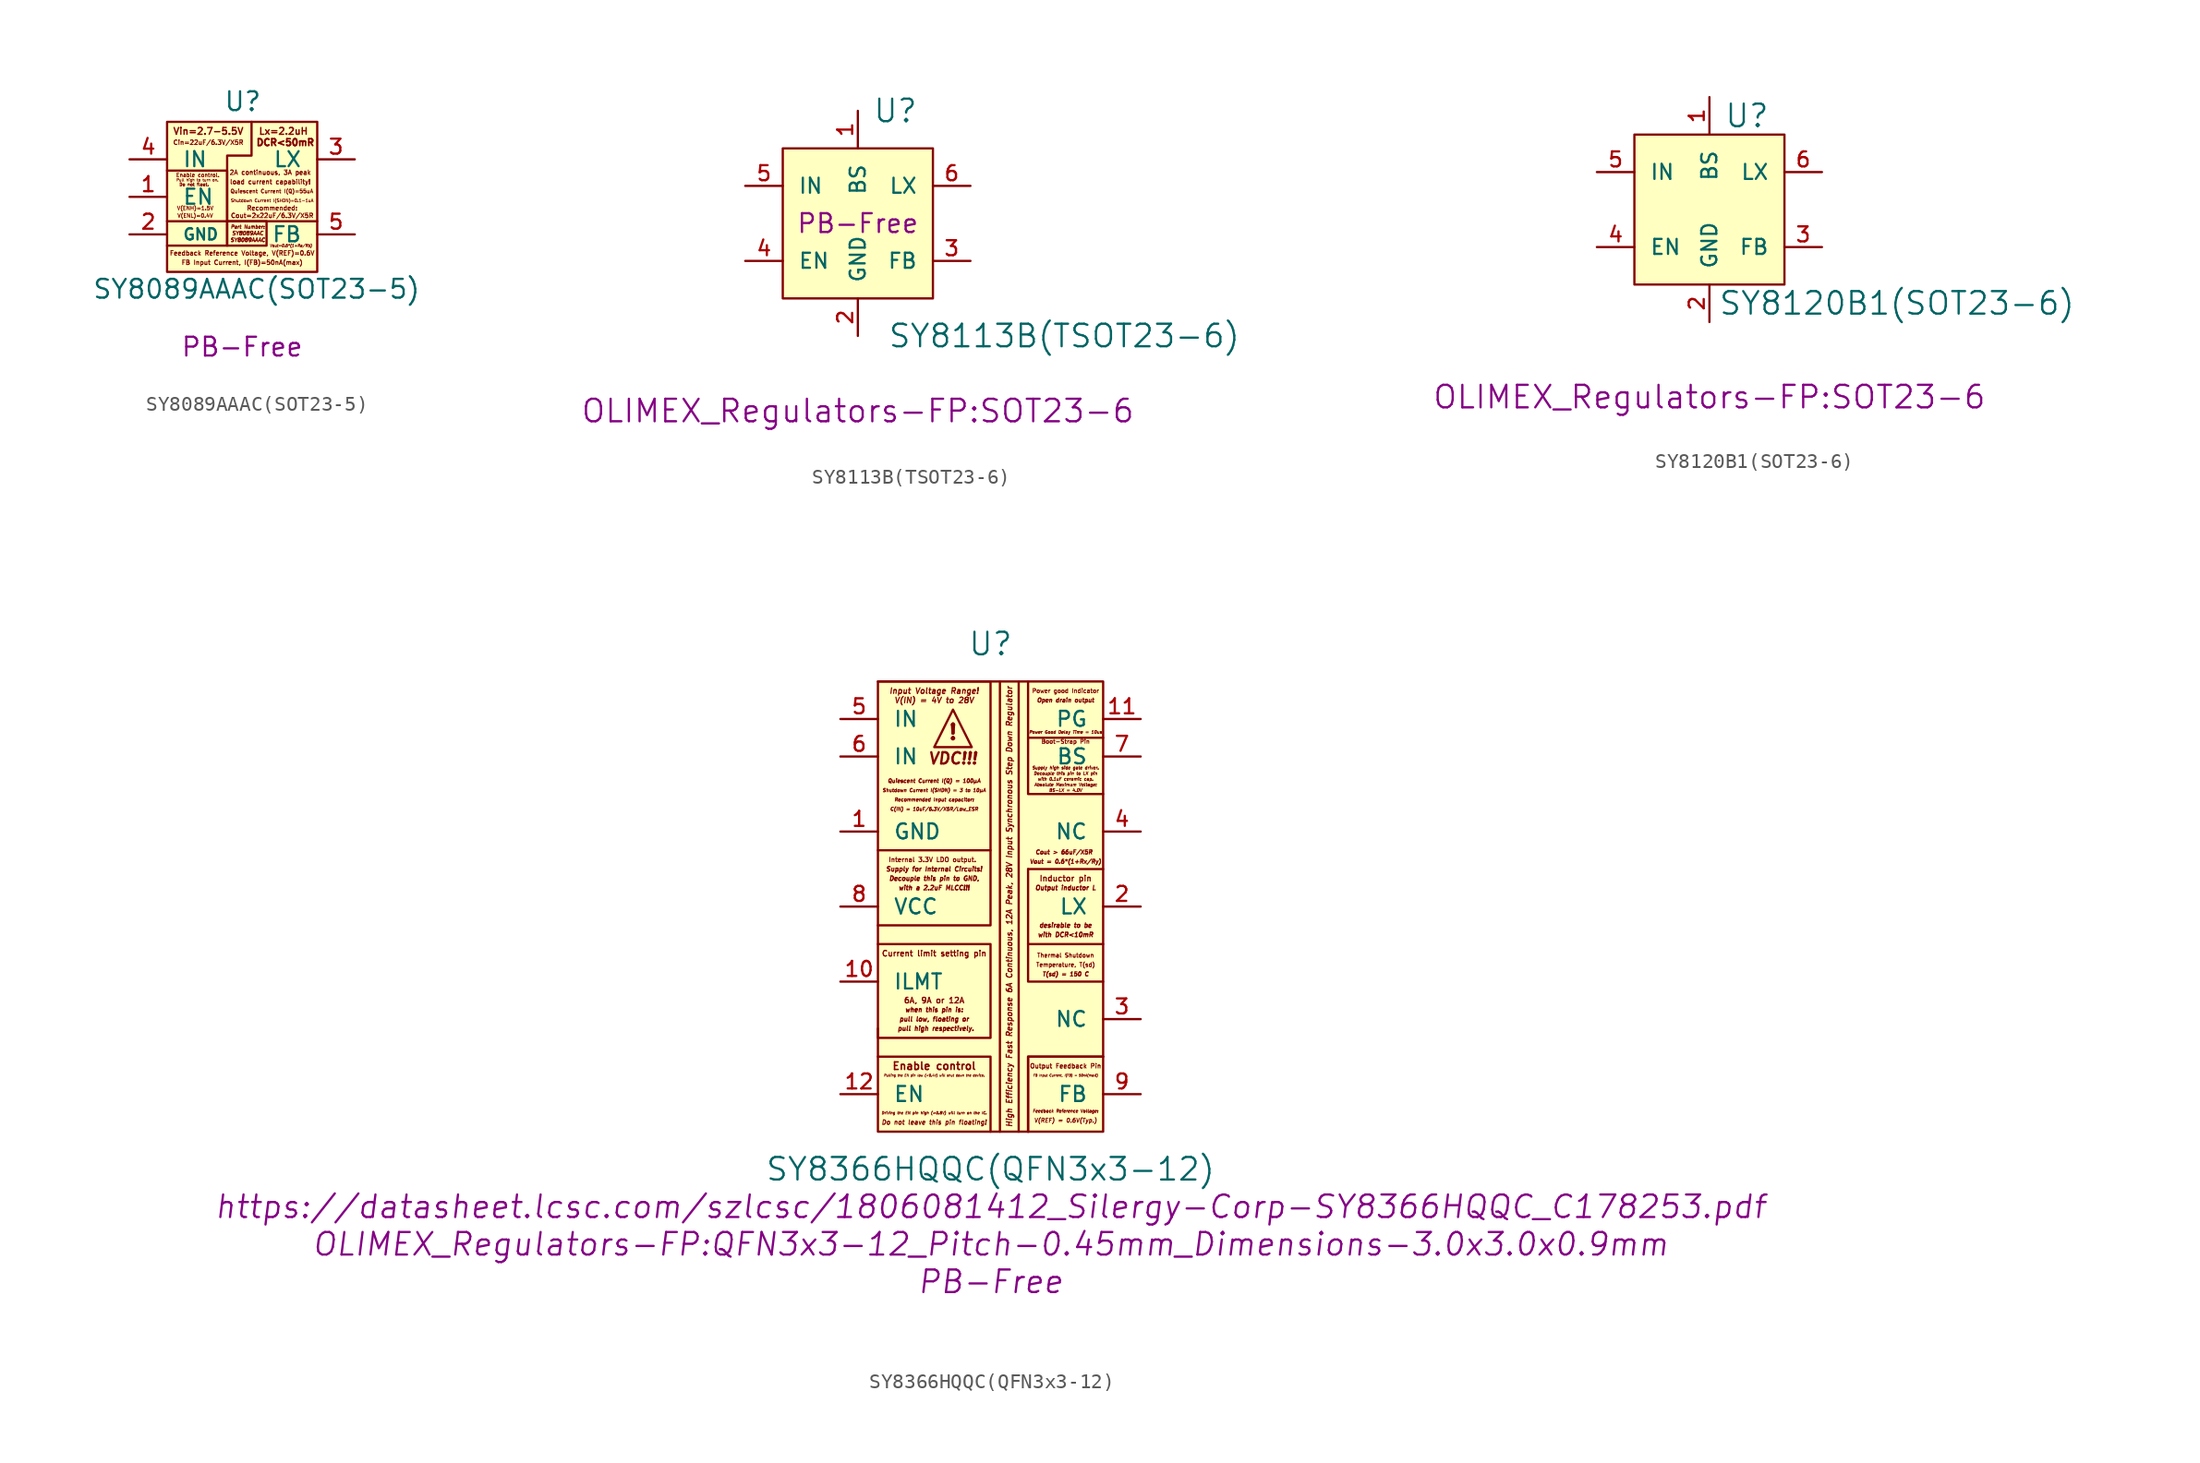
<source format=kicad_sym>
(kicad_symbol_lib
  (version 20211014)
  (generator kicad_symbol_editor)
  (symbol "SY8089AAAC(SOT23-5)"
    (pin_names
      (offset 1.016))
    (property "Reference" "U"
      (at -1.27 5.715 0)
      (effects (font (size 1.27 1.27)) (justify left bottom)))
    (property "Value" "SY8089AAAC(SOT23-5)"
      (at -10.16 -6.985 0)
      (effects (font (size 1.27 1.27)) (justify left bottom)))
    (property "Datasheet" ""
      (at 0.762 1.016 0)
      (effects (font (size 1.524 1.524))))
    (property "Note" "PB-Free"
      (at 0 -10.16 0)
      (effects (font (size 1.27 1.27))))
    (symbol "SY8089AAAC(SOT23-5)_0_0"
      (rectangle (start -1.016 -1.651) (end 1.651 -3.302) (stroke (width 0) (type default) (color 0 0 0 0)) (fill (type none)))
      (polyline (pts (xy -1.016 -1.651) (xy -1.016 -3.302) (xy -5.08 -3.302)) (stroke (width 0) (type default) (color 0 0 0 0)) (fill (type none)))
      (polyline (pts (xy -5.08 1.778) (xy -1.016 1.778) (xy -1.016 0.254) (xy -1.016 -1.651) (xy -5.08 -1.651)) (stroke (width 0) (type default) (color 0 0 0 0)) (fill (type none)))
      (polyline (pts (xy 0.635 5.08) (xy 0.635 4.191) (xy 0.635 2.794) (xy -1.016 2.794) (xy -1.016 1.016) (xy -1.016 -1.651) (xy 5.08 -1.651)) (stroke (width 0) (type default) (color 0 0 0 0)) (fill (type none)))
      (text "2A continuous, 3A peak" (at 1.905 1.651 0) (effects (font (size 0.305 0.305) bold)))
      (text "Cin=22uF/6.3V/X5R" (at -2.286 3.683 0) (effects (font (size 0.305 0.305) bold)))
      (text "Cout=2x22uF/6.3V/X5R" (at 2.032 -1.27 0) (effects (font (size 0.305 0.305) bold)))
      (text "DCR<50mR" (at 2.921 3.683 0) (effects (font (size 0.457 0.457))))
      (text "Do not float." (at -3.251 0.838 0) (effects (font (size 0.203 0.203))))
      (text "Enable control." (at -2.997 1.473 0) (effects (font (size 0.254 0.254) bold)))
      (text "FB Input Current, I(FB)=50nA(max)" (at 0 -4.445 0) (effects (font (size 0.305 0.305) bold)))
      (text "Feedback Reference Voltage, V(REF)=0.6V" (at 0 -3.81 0) (effects (font (size 0.305 0.305) bold)))
      (text "load current capability!" (at 1.905 1.016 0) (effects (font (size 0.305 0.305) bold)))
      (text "Lx=2.2uH" (at 2.794 4.445 0) (effects (font (size 0.457 0.457) bold)))
      (text "Part Number:" (at 0.381 -2.032 0) (effects (font (size 0.229 0.229) italic)))
      (text "Pull high to turn on." (at -3.023 1.143 0) (effects (font (size 0.178 0.178) bold)))
      (text "Quiescent Current I(Q)=55uA" (at 2.007 0.381 0) (effects (font (size 0.254 0.254) bold)))
      (text "Recommended:" (at 2.032 -0.762 0) (effects (font (size 0.305 0.305) bold)))
      (text "Shutdown Current I(SHDN)=0.1-1uA" (at 2.032 -0.254 0) (effects (font (size 0.203 0.203) bold)))
      (text "SY8089AAAC" (at 0.381 -2.921 0) (effects (font (size 0.254 0.254) italic)))
      (text "SY8089AAC" (at 0.381 -2.464 0) (effects (font (size 0.254 0.254) italic)))
      (text "V(ENH)=1.5V" (at -3.175 -0.762 0) (effects (font (size 0.254 0.254) bold)))
      (text "V(ENL)=0.4V" (at -3.175 -1.27 0) (effects (font (size 0.254 0.254) bold)))
      (text "Vin=2.7-5.5V" (at -2.286 4.445 0) (effects (font (size 0.457 0.457) bold)))
      (text "Vout=0.6*(1+Ra/Rb)" (at 3.302 -3.302 0) (effects (font (size 0.178 0.178) italic))))
    (symbol "SY8089AAAC(SOT23-5)_0_1"
      (rectangle (start -5.08 5.08) (end 5.08 -5.08) (stroke (width 0) (type default) (color 0 0 0 0)) (fill (type background))))
    (symbol "SY8089AAAC(SOT23-5)_1_1"
      (pin input line (at -7.62 0 0) (length 2.54) (name "EN" (effects (font (size 1.016 1.016)))) (number "1" (effects (font (size 1.016 1.016)))))
      (pin power_in line (at -7.62 -2.54 0) (length 2.54) (name "GND" (effects (font (size 0.762 0.762)))) (number "2" (effects (font (size 1.016 1.016)))))
      (pin output line (at 7.62 2.54 180) (length 2.54) (name "LX" (effects (font (size 1.016 1.016)))) (number "3" (effects (font (size 1.016 1.016)))))
      (pin input line (at -7.62 2.54 0) (length 2.54) (name "IN" (effects (font (size 1.016 1.016)))) (number "4" (effects (font (size 1.016 1.016)))))
      (pin input line (at 7.62 -2.54 180) (length 2.54) (name "FB" (effects (font (size 1.016 1.016)))) (number "5" (effects (font (size 1.016 1.016)))))))
  (symbol "SY8113B(TSOT23-6)"
    (pin_names
      (offset 1.016))
    (property "Reference" "U"
      (at 2.54 7.62 0)
      (effects (font (size 1.524 1.524))))
    (property "Value" "SY8113B(TSOT23-6)"
      (at 13.97 -7.62 0)
      (effects (font (size 1.524 1.524))))
    (property "Footprint" "OLIMEX_Regulators-FP:SOT23-6"
      (at 0 -12.7 0)
      (effects (font (size 1.524 1.524))))
    (property "Datasheet" ""
      (at 0 0 0)
      (effects (font (size 1.524 1.524))))
    (property "Note" "PB-Free"
      (at 0 0 0)
      (effects (font (size 1.27 1.27))))
    (symbol "SY8113B(TSOT23-6)_0_1"
      (rectangle (start -5.08 5.08) (end 5.08 -5.08) (stroke (width 0) (type default) (color 0 0 0 0)) (fill (type background))))
    (symbol "SY8113B(TSOT23-6)_1_1"
      (pin bidirectional line (at 0 7.62 270) (length 2.54) (name "BS" (effects (font (size 1.016 1.016)))) (number "1" (effects (font (size 1.016 1.016)))))
      (pin passive line (at 0 -7.62 90) (length 2.54) (name "GND" (effects (font (size 1.016 1.016)))) (number "2" (effects (font (size 1.016 1.016)))))
      (pin input line (at 7.62 -2.54 180) (length 2.54) (name "FB" (effects (font (size 1.016 1.016)))) (number "3" (effects (font (size 1.016 1.016)))))
      (pin input line (at -7.62 -2.54 0) (length 2.54) (name "EN" (effects (font (size 1.016 1.016)))) (number "4" (effects (font (size 1.016 1.016)))))
      (pin power_in line (at -7.62 2.54 0) (length 2.54) (name "IN" (effects (font (size 1.016 1.016)))) (number "5" (effects (font (size 1.016 1.016)))))
      (pin power_out line (at 7.62 2.54 180) (length 2.54) (name "LX" (effects (font (size 1.016 1.016)))) (number "6" (effects (font (size 1.016 1.016)))))))
  (symbol "SY8120B1(SOT23-6)"
    (pin_names
      (offset 1.016))
    (property "Reference" "U"
      (at 2.54 6.35 0)
      (effects (font (size 1.524 1.524))))
    (property "Value" "SY8120B1(SOT23-6)"
      (at 12.7 -6.35 0)
      (effects (font (size 1.524 1.524))))
    (property "Footprint" "OLIMEX_Regulators-FP:SOT23-6"
      (at 0 -12.7 0)
      (effects (font (size 1.524 1.524))))
    (property "Datasheet" ""
      (at 0 0 0)
      (effects (font (size 1.524 1.524))))
    (symbol "SY8120B1(SOT23-6)_0_1"
      (rectangle (start -5.08 5.08) (end 5.08 -5.08) (stroke (width 0) (type default) (color 0 0 0 0)) (fill (type background))))
    (symbol "SY8120B1(SOT23-6)_1_1"
      (pin bidirectional line (at 0 7.62 270) (length 2.54) (name "BS" (effects (font (size 1.016 1.016)))) (number "1" (effects (font (size 1.016 1.016)))))
      (pin passive line (at 0 -7.62 90) (length 2.54) (name "GND" (effects (font (size 1.016 1.016)))) (number "2" (effects (font (size 1.016 1.016)))))
      (pin input line (at 7.62 -2.54 180) (length 2.54) (name "FB" (effects (font (size 1.016 1.016)))) (number "3" (effects (font (size 1.016 1.016)))))
      (pin input line (at -7.62 -2.54 0) (length 2.54) (name "EN" (effects (font (size 1.016 1.016)))) (number "4" (effects (font (size 1.016 1.016)))))
      (pin power_in line (at -7.62 2.54 0) (length 2.54) (name "IN" (effects (font (size 1.016 1.016)))) (number "5" (effects (font (size 1.016 1.016)))))
      (pin power_out line (at 7.62 2.54 180) (length 2.54) (name "LX" (effects (font (size 1.016 1.016)))) (number "6" (effects (font (size 1.016 1.016)))))))
  (symbol "SY8366HQQC(QFN3x3-12)"
    (pin_names
      (offset 1.016))
    (property "Reference" "U"
      (at 0 17.78 0)
      (effects (font (size 1.524 1.524))))
    (property "Value" "SY8366HQQC(QFN3x3-12)"
      (at 0 -17.78 0)
      (effects (font (size 1.524 1.524))))
    (property "Footprint" "OLIMEX_Regulators-FP:QFN3x3-12_Pitch-0.45mm_Dimensions-3.0x3.0x0.9mm"
      (at 0 -22.86 0)
      (effects (font (size 1.524 1.524) italic)))
    (property "Datasheet" "https://datasheet.lcsc.com/szlcsc/1806081412_Silergy-Corp-SY8366HQQC_C178253.pdf"
      (at 0 -20.32 0)
      (effects (font (size 1.524 1.524) italic)))
    (property "Note:" "PB-Free"
      (at 0 -25.4 0)
      (effects (font (size 1.524 1.524) italic)))
    (symbol "SY8366HQQC(QFN3x3-12)_0_0"
      (polyline (pts (xy 0.635 15.24) (xy 0.635 -15.24)) (stroke (width 0) (type default) (color 0 0 0 0)) (fill (type none)))
      (polyline (pts (xy 1.905 15.24) (xy 1.905 -15.24)) (stroke (width 0) (type default) (color 0 0 0 0)) (fill (type none)))
      (polyline (pts (xy 2.54 -2.54) (xy 7.62 -2.54)) (stroke (width 0) (type default) (color 0 0 0 0)) (fill (type none)))
      (polyline (pts (xy 2.54 2.54) (xy 2.54 -2.54)) (stroke (width 0) (type default) (color 0 0 0 0)) (fill (type none)))
      (polyline (pts (xy 2.54 2.54) (xy 7.62 2.54)) (stroke (width 0) (type default) (color 0 0 0 0)) (fill (type none)))
      (polyline (pts (xy 2.54 11.43) (xy 2.54 15.24)) (stroke (width 0) (type default) (color 0 0 0 0)) (fill (type none)))
      (polyline (pts (xy 0 3.81) (xy 0 -1.27) (xy -7.62 -1.27)) (stroke (width 0) (type default) (color 0 0 0 0)) (fill (type none)))
      (polyline (pts (xy 2.54 -15.24) (xy 2.54 -10.16) (xy 7.62 -10.16)) (stroke (width 0) (type default) (color 0 0 0 0)) (fill (type none)))
      (polyline (pts (xy 2.54 -15.24) (xy 2.54 -10.16) (xy 7.62 -10.16)) (stroke (width 0) (type default) (color 0 0 0 0)) (fill (type none)))
      (polyline (pts (xy 7.62 -5.08) (xy 2.54 -5.08) (xy 2.54 -2.54)) (stroke (width 0) (type default) (color 0 0 0 0)) (fill (type none)))
      (polyline (pts (xy -7.62 -10.16) (xy -4.445 -10.16) (xy 0 -10.16) (xy 0 -15.24)) (stroke (width 0) (type default) (color 0 0 0 0)) (fill (type none)))
      (polyline (pts (xy -3.81 10.795) (xy -2.54 13.335) (xy -1.27 10.795) (xy -3.81 10.795)) (stroke (width 0) (type default) (color 0 0 0 0)) (fill (type none)))
      (polyline (pts (xy 7.62 11.43) (xy 2.54 11.43) (xy 2.54 7.62) (xy 7.62 7.62)) (stroke (width 0) (type default) (color 0 0 0 0)) (fill (type none)))
      (polyline (pts (xy -7.62 -2.54) (xy 0 -2.54) (xy 0 -8.89) (xy -7.62 -8.89) (xy -7.62 -8.255)) (stroke (width 0) (type default) (color 0 0 0 0)) (fill (type none)))
      (polyline (pts (xy -7.62 3.81) (xy 0 3.81) (xy 0 10.16) (xy 0 15.24) (xy -3.81 15.24) (xy -7.62 15.24)) (stroke (width 0) (type default) (color 0 0 0 0)) (fill (type none)))
      (text " pull high respectively." (at -3.81 -8.255 0) (effects (font (size 0.305 0.305) italic)))
      (text "!" (at -2.54 11.811 0) (effects (font (size 1.016 1.016) bold)))
      (text "6A, 9A or 12A" (at -3.81 -6.35 0) (effects (font (size 0.381 0.381) bold)))
      (text "Absolute Maximum Voltage:" (at 5.08 8.255 0) (effects (font (size 0.203 0.203) italic)))
      (text "Boot-Strap Pin" (at 5.08 11.176 0) (effects (font (size 0.279 0.279) bold)))
      (text "BS-LX = 4.0V" (at 5.08 7.874 0) (effects (font (size 0.203 0.203) italic)))
      (text "C(IN) = 10uF/6.3V/X5R/Low_ESR" (at -3.81 6.604 0) (effects (font (size 0.229 0.229) italic)))
      (text "Cout > 66uF/X5R " (at 5.08 3.683 0) (effects (font (size 0.279 0.279) italic)))
      (text "Current limit setting pin" (at -3.81 -3.175 0) (effects (font (size 0.381 0.381) bold)))
      (text "Decouple this pin to GND," (at -3.81 1.905 0) (effects (font (size 0.305 0.305) italic)))
      (text "Decouple this pin to LX pin" (at 5.08 9.017 0) (effects (font (size 0.203 0.203) italic)))
      (text "desirable to be" (at 5.08 -1.27 0) (effects (font (size 0.305 0.305) italic)))
      (text "Do not leave this pin floating!" (at -3.81 -14.605 0) (effects (font (size 0.305 0.305) bold italic)))
      (text "Driving the EN pin high (>0.8V) will turn on the IC." (at -3.81 -13.97 0) (effects (font (size 0.178 0.178) italic)))
      (text "Enable control" (at -3.81 -10.795 0) (effects (font (size 0.508 0.508) bold)))
      (text "FB Input Current, I(FB) = 50nA(max!)" (at 5.08 -11.43 0) (effects (font (size 0.152 0.152) italic)))
      (text "Feedback Reference Voltage:" (at 5.08 -13.843 0) (effects (font (size 0.203 0.203) italic)))
      (text "High Efficiency Fast Response 6A Continuous, 12A Peak, 28V Input Synchronous Step Down Regulator" (at 1.27 0 900) (effects (font (size 0.381 0.381) bold italic)))
      (text "Inductor pin" (at 5.08 1.905 0) (effects (font (size 0.381 0.381) bold)))
      (text "Input Voltage Range!" (at -3.81 14.605 0) (effects (font (size 0.381 0.381) bold italic)))
      (text "Internal 3.3V LDO output. " (at -3.81 3.175 0) (effects (font (size 0.305 0.305) bold)))
      (text "Open drain output" (at 5.08 13.97 0) (effects (font (size 0.279 0.279) italic)))
      (text "Output Feedback Pin" (at 5.08 -10.795 0) (effects (font (size 0.305 0.305) bold)))
      (text "Output inductor L" (at 5.08 1.27 0) (effects (font (size 0.305 0.305) italic)))
      (text "Power Good Delay Time = 10us" (at 5.08 11.811 0) (effects (font (size 0.203 0.203) italic)))
      (text "Power good Indicator" (at 5.08 14.605 0) (effects (font (size 0.279 0.279) bold)))
      (text "pull low, floating or" (at -3.81 -7.62 0) (effects (font (size 0.305 0.305) italic)))
      (text "Pulling the EN pin low (<0.4V) will shut down the device." (at -3.81 -11.43 0) (effects (font (size 0.152 0.152) italic)))
      (text "Quiescent Current I(Q) = 100µA" (at -3.81 8.509 0) (effects (font (size 0.254 0.254) italic)))
      (text "Recommended Input capacitor:" (at -3.81 7.239 0) (effects (font (size 0.229 0.229) italic)))
      (text "Shutdown Current I(SHDN) = 3 to 10µA" (at -3.81 7.874 0) (effects (font (size 0.229 0.229) italic)))
      (text "Supply for Internal Circuits!" (at -3.81 2.54 0) (effects (font (size 0.305 0.305) italic)))
      (text "Supply high side gate driver." (at 5.08 9.398 0) (effects (font (size 0.203 0.203) italic)))
      (text "T(sd) = 150 C" (at 5.08 -4.572 0) (effects (font (size 0.279 0.279) italic)))
      (text "Temperature, T(sd)" (at 5.08 -3.937 0) (effects (font (size 0.279 0.279) bold)))
      (text "Thermal Shutdown" (at 5.08 -3.302 0) (effects (font (size 0.279 0.279) bold)))
      (text "V(IN) = 4V to 28V" (at -3.81 13.97 0) (effects (font (size 0.381 0.381) bold italic)))
      (text "V(REF) = 0.6V(Typ.)" (at 5.08 -14.478 0) (effects (font (size 0.279 0.279) bold italic)))
      (text "VDC!!!" (at -2.54 10.033 0) (effects (font (size 0.762 0.762) bold italic)))
      (text "Vout = 0.6*(1+Rx/Ry)" (at 5.08 3.048 0) (effects (font (size 0.279 0.279) italic)))
      (text "when this pin is:" (at -3.81 -6.985 0) (effects (font (size 0.305 0.305) italic)))
      (text "with 0.1uF ceramic cap." (at 5.08 8.636 0) (effects (font (size 0.203 0.203) italic)))
      (text "with a 2.2uF MLCC!!!" (at -3.81 1.27 0) (effects (font (size 0.305 0.305) italic)))
      (text "with DCR<10mR" (at 5.08 -1.905 0) (effects (font (size 0.305 0.305) italic))))
    (symbol "SY8366HQQC(QFN3x3-12)_0_1"
      (rectangle (start -7.62 15.24) (end 7.62 -15.24) (stroke (width 0) (type default) (color 0 0 0 0)) (fill (type background))))
    (symbol "SY8366HQQC(QFN3x3-12)_1_1"
      (pin power_in line (at -10.16 5.08 0) (length 2.54) (name "GND" (effects (font (size 1.016 1.016)))) (number "1" (effects (font (size 1.016 1.016)))))
      (pin input line (at -10.16 -5.08 0) (length 2.54) (name "ILMT" (effects (font (size 1.016 1.016)))) (number "10" (effects (font (size 1.016 1.016)))))
      (pin open_collector line (at 10.16 12.7 180) (length 2.54) (name "PG" (effects (font (size 1.016 1.016)))) (number "11" (effects (font (size 1.016 1.016)))))
      (pin input line (at -10.16 -12.7 0) (length 2.54) (name "EN" (effects (font (size 1.016 1.016)))) (number "12" (effects (font (size 1.016 1.016)))))
      (pin power_out line (at 10.16 0 180) (length 2.54) (name "LX" (effects (font (size 1.016 1.016)))) (number "2" (effects (font (size 1.016 1.016)))))
      (pin input line (at 10.16 -7.62 180) (length 2.54) (name "NC" (effects (font (size 1.016 1.016)))) (number "3" (effects (font (size 1.016 1.016)))))
      (pin input line (at 10.16 5.08 180) (length 2.54) (name "NC" (effects (font (size 1.016 1.016)))) (number "4" (effects (font (size 1.016 1.016)))))
      (pin power_in line (at -10.16 12.7 0) (length 2.54) (name "IN" (effects (font (size 1.016 1.016)))) (number "5" (effects (font (size 1.016 1.016)))))
      (pin power_in line (at -10.16 10.16 0) (length 2.54) (name "IN" (effects (font (size 1.016 1.016)))) (number "6" (effects (font (size 1.016 1.016)))))
      (pin passive line (at 10.16 10.16 180) (length 2.54) (name "BS" (effects (font (size 1.016 1.016)))) (number "7" (effects (font (size 1.016 1.016)))))
      (pin passive line (at -10.16 0 0) (length 2.54) (name "VCC" (effects (font (size 1.016 1.016)))) (number "8" (effects (font (size 1.016 1.016)))))
      (pin input line (at 10.16 -12.7 180) (length 2.54) (name "FB" (effects (font (size 1.016 1.016)))) (number "9" (effects (font (size 1.016 1.016))))))))
</source>
